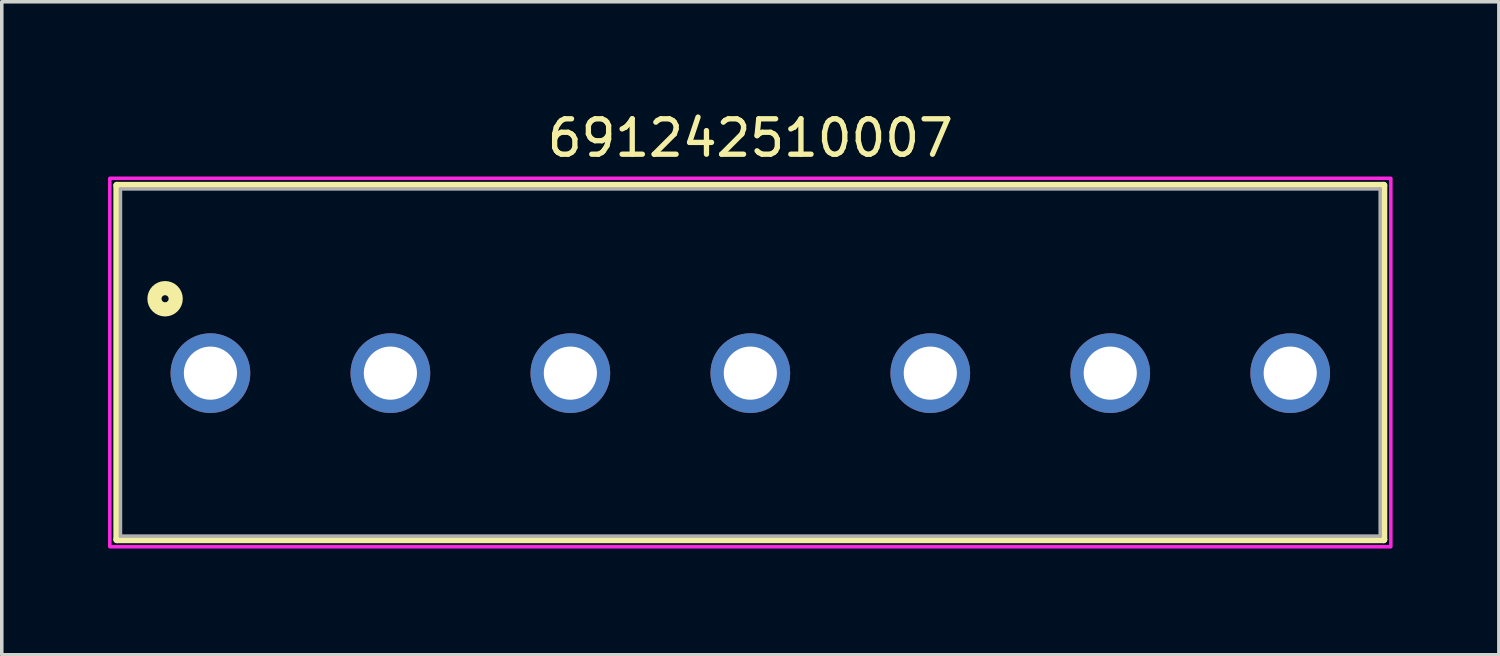
<source format=kicad_pcb>
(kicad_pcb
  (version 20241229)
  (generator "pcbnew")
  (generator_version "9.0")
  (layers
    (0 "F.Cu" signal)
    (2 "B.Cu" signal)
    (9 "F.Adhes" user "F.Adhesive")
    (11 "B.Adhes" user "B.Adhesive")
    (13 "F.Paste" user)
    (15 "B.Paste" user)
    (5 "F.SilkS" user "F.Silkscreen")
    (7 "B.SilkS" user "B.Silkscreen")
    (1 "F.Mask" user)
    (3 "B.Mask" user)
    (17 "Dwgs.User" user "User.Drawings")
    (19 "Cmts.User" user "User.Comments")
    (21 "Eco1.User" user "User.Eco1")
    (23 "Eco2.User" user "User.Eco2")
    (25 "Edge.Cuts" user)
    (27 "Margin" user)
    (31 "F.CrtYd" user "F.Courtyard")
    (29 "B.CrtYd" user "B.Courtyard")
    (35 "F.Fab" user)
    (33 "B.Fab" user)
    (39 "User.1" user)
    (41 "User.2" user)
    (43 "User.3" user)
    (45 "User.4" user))
  (footprint "691242510007"
    (layer "F.Cu")
    (at 18.13 7.483)
    (property "Reference" "691242510007" (at 0 -6.635 0) (layer "F.SilkS") (effects (font (size 1 1) (thickness 0.15))))
    (attr through_hole)
    (fp_line (start -17.88 -5.3) (end 17.88 -5.3) (stroke (width 0.2) (type solid)) (layer "F.SilkS"))
    (fp_line (start -17.88 4.7) (end -17.88 -5.3) (stroke (width 0.2) (type solid)) (layer "F.SilkS"))
    (fp_line (start 17.88 -5.3) (end 17.88 4.7) (stroke (width 0.2) (type solid)) (layer "F.SilkS"))
    (fp_line (start 17.88 4.7) (end -17.88 4.7) (stroke (width 0.2) (type solid)) (layer "F.SilkS"))
    (fp_circle (center -16.52 -2.1) (end -16.42 -2.1) (stroke (width 0.4) (type solid)) (fill no) (layer "F.SilkS"))
    (fp_poly (pts (xy -18.08 -5.5) (xy 18.08 -5.5) (xy 18.08 4.9) (xy -18.08 4.9)) (stroke (width 0.1) (type solid)) (fill no) (layer "F.CrtYd"))
    (fp_line (start -17.78 -5.2) (end -17.78 4.6) (stroke (width 0.1) (type solid)) (layer "F.Fab"))
    (fp_line (start -17.78 -5.2) (end 17.78 -5.2) (stroke (width 0.1) (type solid)) (layer "F.Fab"))
    (fp_line (start -17.78 4.6) (end 17.78 4.6) (stroke (width 0.1) (type solid)) (layer "F.Fab"))
    (fp_line (start 17.78 -5.2) (end 17.78 4.6) (stroke (width 0.1) (type solid)) (layer "F.Fab"))
    (pad "1" thru_hole circle (at -15.24 0) (size 2.25 2.25) (drill 1.5) (layers "*.Cu" "*.Mask"))
    (pad "2" thru_hole circle (at -10.16 0) (size 2.25 2.25) (drill 1.5) (layers "*.Cu" "*.Mask"))
    (pad "3" thru_hole circle (at -5.08 0) (size 2.25 2.25) (drill 1.5) (layers "*.Cu" "*.Mask"))
    (pad "4" thru_hole circle (at 0 0) (size 2.25 2.25) (drill 1.5) (layers "*.Cu" "*.Mask"))
    (pad "5" thru_hole circle (at 5.08 0) (size 2.25 2.25) (drill 1.5) (layers "*.Cu" "*.Mask"))
    (pad "6" thru_hole circle (at 10.16 0) (size 2.25 2.25) (drill 1.5) (layers "*.Cu" "*.Mask"))
    (pad "7" thru_hole circle (at 15.24 0) (size 2.25 2.25) (drill 1.5) (layers "*.Cu" "*.Mask")))
  (gr_rect
    (start -3 -3)
    (end 39.26 15.433)
    (stroke (width 0.1) (type default))
    (fill no)
    (layer "Edge.Cuts")))
</source>
